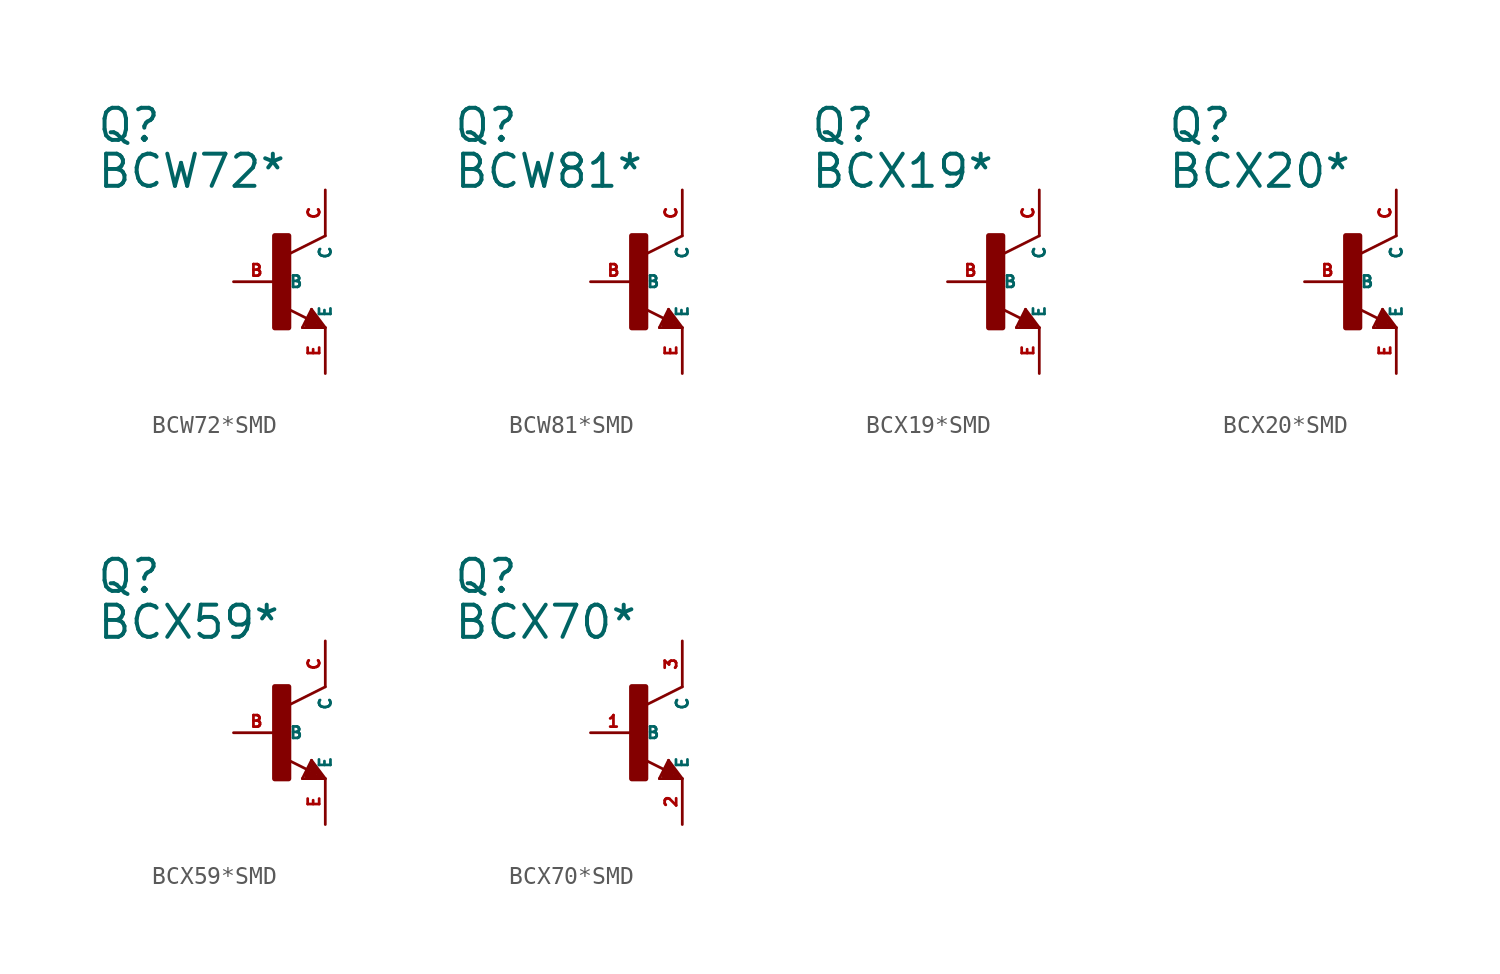
<source format=kicad_sym>
(kicad_symbol_lib
  (version 20220914)
  (generator Eagle2Kicad)
  (symbol "BCW72*SMD"
    (property "Reference" "Q"
      (at -10.16 7.62 0)
      (effects (font (size 1.778 1.778) (thickness 0.22)) (justify left bottom)))
    (property "Value" "BCW72*"
      (at -10.16 5.08 0)
      (effects (font (size 1.778 1.778) (thickness 0.22)) (justify left bottom)))
    (polyline
      (pts (xy 2.54 2.54) (xy 0.508 1.524))
      (stroke (width 0.152) (type default))
      (fill (type none)))
    (polyline
      (pts (xy 1.778 -1.524) (xy 2.54 -2.54))
      (stroke (width 0.152) (type default))
      (fill (type none)))
    (polyline
      (pts (xy 2.54 -2.54) (xy 1.27 -2.54))
      (stroke (width 0.152) (type default))
      (fill (type none)))
    (polyline
      (pts (xy 1.27 -2.54) (xy 1.778 -1.524))
      (stroke (width 0.152) (type default))
      (fill (type none)))
    (polyline
      (pts (xy 1.54 -2.04) (xy 0.308 -1.424))
      (stroke (width 0.152) (type default))
      (fill (type none)))
    (polyline
      (pts (xy 1.524 -2.413) (xy 2.286 -2.413))
      (stroke (width 0.254) (type default))
      (fill (type none)))
    (polyline
      (pts (xy 2.286 -2.413) (xy 1.778 -1.778))
      (stroke (width 0.254) (type default))
      (fill (type none)))
    (polyline
      (pts (xy 1.778 -1.778) (xy 1.524 -2.286))
      (stroke (width 0.254) (type default))
      (fill (type none)))
    (polyline
      (pts (xy 1.524 -2.286) (xy 1.905 -2.286))
      (stroke (width 0.254) (type default))
      (fill (type none)))
    (polyline
      (pts (xy 1.905 -2.286) (xy 1.778 -2.032))
      (stroke (width 0.254) (type default))
      (fill (type none)))
    (rectangle
      (start -0.254 -2.54)
      (end 0.508 2.54)
      (stroke (width 0.3) (type default))
      (fill (type outline)))
    (pin passive line
      (at -2.54 0 0)
      (length 2.54)
      (name "B" (effects (font (size 0.635 0.635) (thickness 0.08)) (justify left bottom)))
      (number "B" (effects (font (size 0.635 0.635) (thickness 0.08)) (justify left bottom))))
    (pin passive line
      (at 2.54 -5.08 90)
      (length 2.54)
      (name "E" (effects (font (size 0.635 0.635) (thickness 0.08)) (justify left bottom)))
      (number "E" (effects (font (size 0.635 0.635) (thickness 0.08)) (justify left bottom))))
    (pin passive line
      (at 2.54 5.08 270)
      (length 2.54)
      (name "C" (effects (font (size 0.635 0.635) (thickness 0.08)) (justify left bottom)))
      (number "C" (effects (font (size 0.635 0.635) (thickness 0.08)) (justify left bottom)))))
  (symbol "BCW81*SMD"
    (property "Reference" "Q"
      (at -10.16 7.62 0)
      (effects (font (size 1.778 1.778) (thickness 0.22)) (justify left bottom)))
    (property "Value" "BCW81*"
      (at -10.16 5.08 0)
      (effects (font (size 1.778 1.778) (thickness 0.22)) (justify left bottom)))
    (polyline
      (pts (xy 2.54 2.54) (xy 0.508 1.524))
      (stroke (width 0.152) (type default))
      (fill (type none)))
    (polyline
      (pts (xy 1.778 -1.524) (xy 2.54 -2.54))
      (stroke (width 0.152) (type default))
      (fill (type none)))
    (polyline
      (pts (xy 2.54 -2.54) (xy 1.27 -2.54))
      (stroke (width 0.152) (type default))
      (fill (type none)))
    (polyline
      (pts (xy 1.27 -2.54) (xy 1.778 -1.524))
      (stroke (width 0.152) (type default))
      (fill (type none)))
    (polyline
      (pts (xy 1.54 -2.04) (xy 0.308 -1.424))
      (stroke (width 0.152) (type default))
      (fill (type none)))
    (polyline
      (pts (xy 1.524 -2.413) (xy 2.286 -2.413))
      (stroke (width 0.254) (type default))
      (fill (type none)))
    (polyline
      (pts (xy 2.286 -2.413) (xy 1.778 -1.778))
      (stroke (width 0.254) (type default))
      (fill (type none)))
    (polyline
      (pts (xy 1.778 -1.778) (xy 1.524 -2.286))
      (stroke (width 0.254) (type default))
      (fill (type none)))
    (polyline
      (pts (xy 1.524 -2.286) (xy 1.905 -2.286))
      (stroke (width 0.254) (type default))
      (fill (type none)))
    (polyline
      (pts (xy 1.905 -2.286) (xy 1.778 -2.032))
      (stroke (width 0.254) (type default))
      (fill (type none)))
    (rectangle
      (start -0.254 -2.54)
      (end 0.508 2.54)
      (stroke (width 0.3) (type default))
      (fill (type outline)))
    (pin passive line
      (at -2.54 0 0)
      (length 2.54)
      (name "B" (effects (font (size 0.635 0.635) (thickness 0.08)) (justify left bottom)))
      (number "B" (effects (font (size 0.635 0.635) (thickness 0.08)) (justify left bottom))))
    (pin passive line
      (at 2.54 -5.08 90)
      (length 2.54)
      (name "E" (effects (font (size 0.635 0.635) (thickness 0.08)) (justify left bottom)))
      (number "E" (effects (font (size 0.635 0.635) (thickness 0.08)) (justify left bottom))))
    (pin passive line
      (at 2.54 5.08 270)
      (length 2.54)
      (name "C" (effects (font (size 0.635 0.635) (thickness 0.08)) (justify left bottom)))
      (number "C" (effects (font (size 0.635 0.635) (thickness 0.08)) (justify left bottom)))))
  (symbol "BCX19*SMD"
    (property "Reference" "Q"
      (at -10.16 7.62 0)
      (effects (font (size 1.778 1.778) (thickness 0.22)) (justify left bottom)))
    (property "Value" "BCX19*"
      (at -10.16 5.08 0)
      (effects (font (size 1.778 1.778) (thickness 0.22)) (justify left bottom)))
    (polyline
      (pts (xy 2.54 2.54) (xy 0.508 1.524))
      (stroke (width 0.152) (type default))
      (fill (type none)))
    (polyline
      (pts (xy 1.778 -1.524) (xy 2.54 -2.54))
      (stroke (width 0.152) (type default))
      (fill (type none)))
    (polyline
      (pts (xy 2.54 -2.54) (xy 1.27 -2.54))
      (stroke (width 0.152) (type default))
      (fill (type none)))
    (polyline
      (pts (xy 1.27 -2.54) (xy 1.778 -1.524))
      (stroke (width 0.152) (type default))
      (fill (type none)))
    (polyline
      (pts (xy 1.54 -2.04) (xy 0.308 -1.424))
      (stroke (width 0.152) (type default))
      (fill (type none)))
    (polyline
      (pts (xy 1.524 -2.413) (xy 2.286 -2.413))
      (stroke (width 0.254) (type default))
      (fill (type none)))
    (polyline
      (pts (xy 2.286 -2.413) (xy 1.778 -1.778))
      (stroke (width 0.254) (type default))
      (fill (type none)))
    (polyline
      (pts (xy 1.778 -1.778) (xy 1.524 -2.286))
      (stroke (width 0.254) (type default))
      (fill (type none)))
    (polyline
      (pts (xy 1.524 -2.286) (xy 1.905 -2.286))
      (stroke (width 0.254) (type default))
      (fill (type none)))
    (polyline
      (pts (xy 1.905 -2.286) (xy 1.778 -2.032))
      (stroke (width 0.254) (type default))
      (fill (type none)))
    (rectangle
      (start -0.254 -2.54)
      (end 0.508 2.54)
      (stroke (width 0.3) (type default))
      (fill (type outline)))
    (pin passive line
      (at -2.54 0 0)
      (length 2.54)
      (name "B" (effects (font (size 0.635 0.635) (thickness 0.08)) (justify left bottom)))
      (number "B" (effects (font (size 0.635 0.635) (thickness 0.08)) (justify left bottom))))
    (pin passive line
      (at 2.54 -5.08 90)
      (length 2.54)
      (name "E" (effects (font (size 0.635 0.635) (thickness 0.08)) (justify left bottom)))
      (number "E" (effects (font (size 0.635 0.635) (thickness 0.08)) (justify left bottom))))
    (pin passive line
      (at 2.54 5.08 270)
      (length 2.54)
      (name "C" (effects (font (size 0.635 0.635) (thickness 0.08)) (justify left bottom)))
      (number "C" (effects (font (size 0.635 0.635) (thickness 0.08)) (justify left bottom)))))
  (symbol "BCX20*SMD"
    (property "Reference" "Q"
      (at -10.16 7.62 0)
      (effects (font (size 1.778 1.778) (thickness 0.22)) (justify left bottom)))
    (property "Value" "BCX20*"
      (at -10.16 5.08 0)
      (effects (font (size 1.778 1.778) (thickness 0.22)) (justify left bottom)))
    (polyline
      (pts (xy 2.54 2.54) (xy 0.508 1.524))
      (stroke (width 0.152) (type default))
      (fill (type none)))
    (polyline
      (pts (xy 1.778 -1.524) (xy 2.54 -2.54))
      (stroke (width 0.152) (type default))
      (fill (type none)))
    (polyline
      (pts (xy 2.54 -2.54) (xy 1.27 -2.54))
      (stroke (width 0.152) (type default))
      (fill (type none)))
    (polyline
      (pts (xy 1.27 -2.54) (xy 1.778 -1.524))
      (stroke (width 0.152) (type default))
      (fill (type none)))
    (polyline
      (pts (xy 1.54 -2.04) (xy 0.308 -1.424))
      (stroke (width 0.152) (type default))
      (fill (type none)))
    (polyline
      (pts (xy 1.524 -2.413) (xy 2.286 -2.413))
      (stroke (width 0.254) (type default))
      (fill (type none)))
    (polyline
      (pts (xy 2.286 -2.413) (xy 1.778 -1.778))
      (stroke (width 0.254) (type default))
      (fill (type none)))
    (polyline
      (pts (xy 1.778 -1.778) (xy 1.524 -2.286))
      (stroke (width 0.254) (type default))
      (fill (type none)))
    (polyline
      (pts (xy 1.524 -2.286) (xy 1.905 -2.286))
      (stroke (width 0.254) (type default))
      (fill (type none)))
    (polyline
      (pts (xy 1.905 -2.286) (xy 1.778 -2.032))
      (stroke (width 0.254) (type default))
      (fill (type none)))
    (rectangle
      (start -0.254 -2.54)
      (end 0.508 2.54)
      (stroke (width 0.3) (type default))
      (fill (type outline)))
    (pin passive line
      (at -2.54 0 0)
      (length 2.54)
      (name "B" (effects (font (size 0.635 0.635) (thickness 0.08)) (justify left bottom)))
      (number "B" (effects (font (size 0.635 0.635) (thickness 0.08)) (justify left bottom))))
    (pin passive line
      (at 2.54 -5.08 90)
      (length 2.54)
      (name "E" (effects (font (size 0.635 0.635) (thickness 0.08)) (justify left bottom)))
      (number "E" (effects (font (size 0.635 0.635) (thickness 0.08)) (justify left bottom))))
    (pin passive line
      (at 2.54 5.08 270)
      (length 2.54)
      (name "C" (effects (font (size 0.635 0.635) (thickness 0.08)) (justify left bottom)))
      (number "C" (effects (font (size 0.635 0.635) (thickness 0.08)) (justify left bottom)))))
  (symbol "BCX59*SMD"
    (property "Reference" "Q"
      (at -10.16 7.62 0)
      (effects (font (size 1.778 1.778) (thickness 0.22)) (justify left bottom)))
    (property "Value" "BCX59*"
      (at -10.16 5.08 0)
      (effects (font (size 1.778 1.778) (thickness 0.22)) (justify left bottom)))
    (polyline
      (pts (xy 2.54 2.54) (xy 0.508 1.524))
      (stroke (width 0.152) (type default))
      (fill (type none)))
    (polyline
      (pts (xy 1.778 -1.524) (xy 2.54 -2.54))
      (stroke (width 0.152) (type default))
      (fill (type none)))
    (polyline
      (pts (xy 2.54 -2.54) (xy 1.27 -2.54))
      (stroke (width 0.152) (type default))
      (fill (type none)))
    (polyline
      (pts (xy 1.27 -2.54) (xy 1.778 -1.524))
      (stroke (width 0.152) (type default))
      (fill (type none)))
    (polyline
      (pts (xy 1.54 -2.04) (xy 0.308 -1.424))
      (stroke (width 0.152) (type default))
      (fill (type none)))
    (polyline
      (pts (xy 1.524 -2.413) (xy 2.286 -2.413))
      (stroke (width 0.254) (type default))
      (fill (type none)))
    (polyline
      (pts (xy 2.286 -2.413) (xy 1.778 -1.778))
      (stroke (width 0.254) (type default))
      (fill (type none)))
    (polyline
      (pts (xy 1.778 -1.778) (xy 1.524 -2.286))
      (stroke (width 0.254) (type default))
      (fill (type none)))
    (polyline
      (pts (xy 1.524 -2.286) (xy 1.905 -2.286))
      (stroke (width 0.254) (type default))
      (fill (type none)))
    (polyline
      (pts (xy 1.905 -2.286) (xy 1.778 -2.032))
      (stroke (width 0.254) (type default))
      (fill (type none)))
    (rectangle
      (start -0.254 -2.54)
      (end 0.508 2.54)
      (stroke (width 0.3) (type default))
      (fill (type outline)))
    (pin passive line
      (at -2.54 0 0)
      (length 2.54)
      (name "B" (effects (font (size 0.635 0.635) (thickness 0.08)) (justify left bottom)))
      (number "B" (effects (font (size 0.635 0.635) (thickness 0.08)) (justify left bottom))))
    (pin passive line
      (at 2.54 -5.08 90)
      (length 2.54)
      (name "E" (effects (font (size 0.635 0.635) (thickness 0.08)) (justify left bottom)))
      (number "E" (effects (font (size 0.635 0.635) (thickness 0.08)) (justify left bottom))))
    (pin passive line
      (at 2.54 5.08 270)
      (length 2.54)
      (name "C" (effects (font (size 0.635 0.635) (thickness 0.08)) (justify left bottom)))
      (number "C" (effects (font (size 0.635 0.635) (thickness 0.08)) (justify left bottom)))))
  (symbol "BCX70*SMD"
    (property "Reference" "Q"
      (at -10.16 7.62 0)
      (effects (font (size 1.778 1.778) (thickness 0.22)) (justify left bottom)))
    (property "Value" "BCX70*"
      (at -10.16 5.08 0)
      (effects (font (size 1.778 1.778) (thickness 0.22)) (justify left bottom)))
    (polyline
      (pts (xy 2.54 2.54) (xy 0.508 1.524))
      (stroke (width 0.152) (type default))
      (fill (type none)))
    (polyline
      (pts (xy 1.778 -1.524) (xy 2.54 -2.54))
      (stroke (width 0.152) (type default))
      (fill (type none)))
    (polyline
      (pts (xy 2.54 -2.54) (xy 1.27 -2.54))
      (stroke (width 0.152) (type default))
      (fill (type none)))
    (polyline
      (pts (xy 1.27 -2.54) (xy 1.778 -1.524))
      (stroke (width 0.152) (type default))
      (fill (type none)))
    (polyline
      (pts (xy 1.54 -2.04) (xy 0.308 -1.424))
      (stroke (width 0.152) (type default))
      (fill (type none)))
    (polyline
      (pts (xy 1.524 -2.413) (xy 2.286 -2.413))
      (stroke (width 0.254) (type default))
      (fill (type none)))
    (polyline
      (pts (xy 2.286 -2.413) (xy 1.778 -1.778))
      (stroke (width 0.254) (type default))
      (fill (type none)))
    (polyline
      (pts (xy 1.778 -1.778) (xy 1.524 -2.286))
      (stroke (width 0.254) (type default))
      (fill (type none)))
    (polyline
      (pts (xy 1.524 -2.286) (xy 1.905 -2.286))
      (stroke (width 0.254) (type default))
      (fill (type none)))
    (polyline
      (pts (xy 1.905 -2.286) (xy 1.778 -2.032))
      (stroke (width 0.254) (type default))
      (fill (type none)))
    (rectangle
      (start -0.254 -2.54)
      (end 0.508 2.54)
      (stroke (width 0.3) (type default))
      (fill (type outline)))
    (pin passive line
      (at -2.54 0 0)
      (length 2.54)
      (name "B" (effects (font (size 0.635 0.635) (thickness 0.08)) (justify left bottom)))
      (number "1" (effects (font (size 0.635 0.635) (thickness 0.08)) (justify left bottom))))
    (pin passive line
      (at 2.54 -5.08 90)
      (length 2.54)
      (name "E" (effects (font (size 0.635 0.635) (thickness 0.08)) (justify left bottom)))
      (number "2" (effects (font (size 0.635 0.635) (thickness 0.08)) (justify left bottom))))
    (pin passive line
      (at 2.54 5.08 270)
      (length 2.54)
      (name "C" (effects (font (size 0.635 0.635) (thickness 0.08)) (justify left bottom)))
      (number "3" (effects (font (size 0.635 0.635) (thickness 0.08)) (justify left bottom))))))
</source>
